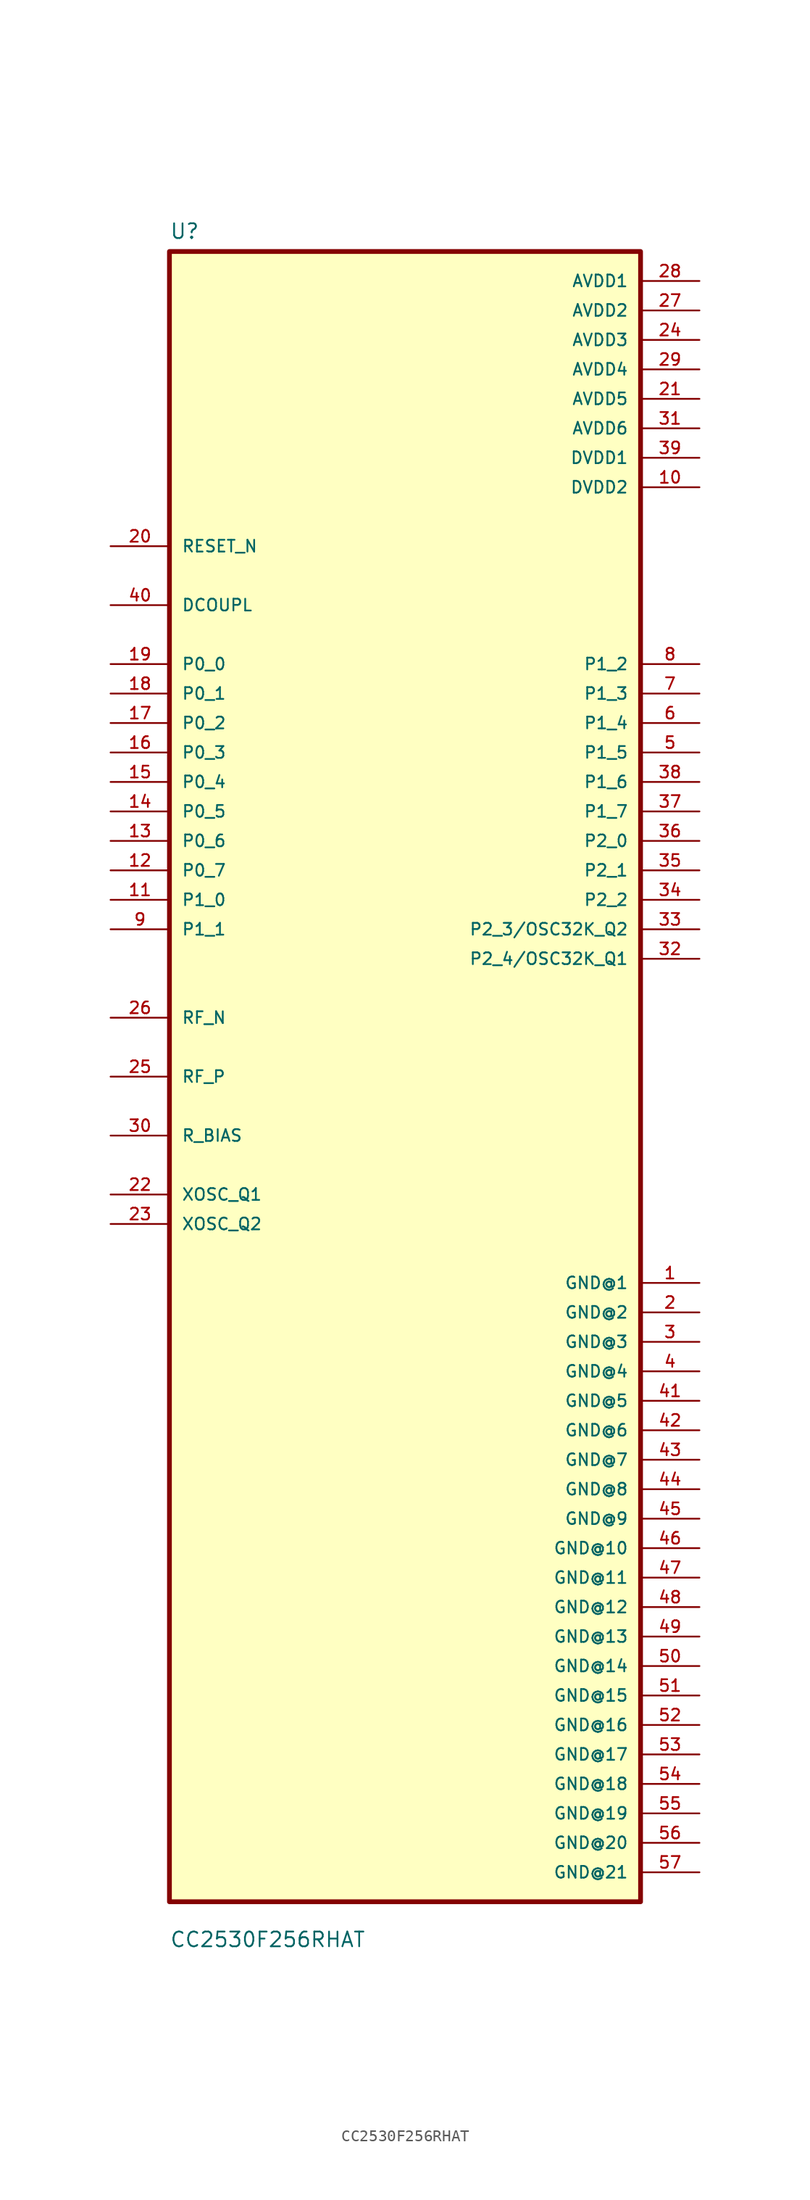
<source format=kicad_sym>
(kicad_symbol_lib
  (version 20211014)
  (generator kicad_symbol_editor)
  (symbol "CC2530F256RHAT"
    (pin_names
      (offset 1.016))
    (property "Reference" "U"
      (at -20.32 72.12 0.0)
      (effects (font (size 1.27 1.27)) (justify bottom left)))
    (property "Value" "CC2530F256RHAT"
      (at -20.32 -75.12 0.0)
      (effects (font (size 1.27 1.27)) (justify bottom left)))
    (symbol "CC2530F256RHAT_0_0"
      (rectangle (start -20.32 -71.12) (end 20.32 71.12) (stroke (width 0.41)) (fill (type background)))
      (pin input line (at -25.4 45.72 0) (length 5.08) (name "RESET_N" (effects (font (size 1.016 1.016)))) (number "20" (effects (font (size 1.016 1.016)))))
      (pin bidirectional line (at -25.4 40.64 0) (length 5.08) (name "DCOUPL" (effects (font (size 1.016 1.016)))) (number "40" (effects (font (size 1.016 1.016)))))
      (pin bidirectional line (at -25.4 35.56 0) (length 5.08) (name "P0_0" (effects (font (size 1.016 1.016)))) (number "19" (effects (font (size 1.016 1.016)))))
      (pin bidirectional line (at -25.4 33.02 0) (length 5.08) (name "P0_1" (effects (font (size 1.016 1.016)))) (number "18" (effects (font (size 1.016 1.016)))))
      (pin bidirectional line (at -25.4 30.48 0) (length 5.08) (name "P0_2" (effects (font (size 1.016 1.016)))) (number "17" (effects (font (size 1.016 1.016)))))
      (pin bidirectional line (at -25.4 27.94 0) (length 5.08) (name "P0_3" (effects (font (size 1.016 1.016)))) (number "16" (effects (font (size 1.016 1.016)))))
      (pin bidirectional line (at -25.4 25.4 0) (length 5.08) (name "P0_4" (effects (font (size 1.016 1.016)))) (number "15" (effects (font (size 1.016 1.016)))))
      (pin bidirectional line (at -25.4 22.86 0) (length 5.08) (name "P0_5" (effects (font (size 1.016 1.016)))) (number "14" (effects (font (size 1.016 1.016)))))
      (pin bidirectional line (at -25.4 20.32 0) (length 5.08) (name "P0_6" (effects (font (size 1.016 1.016)))) (number "13" (effects (font (size 1.016 1.016)))))
      (pin bidirectional line (at -25.4 17.78 0) (length 5.08) (name "P0_7" (effects (font (size 1.016 1.016)))) (number "12" (effects (font (size 1.016 1.016)))))
      (pin bidirectional line (at -25.4 15.24 0) (length 5.08) (name "P1_0" (effects (font (size 1.016 1.016)))) (number "11" (effects (font (size 1.016 1.016)))))
      (pin bidirectional line (at -25.4 12.7 0) (length 5.08) (name "P1_1" (effects (font (size 1.016 1.016)))) (number "9" (effects (font (size 1.016 1.016)))))
      (pin bidirectional line (at -25.4 5.08 0) (length 5.08) (name "RF_N" (effects (font (size 1.016 1.016)))) (number "26" (effects (font (size 1.016 1.016)))))
      (pin bidirectional line (at -25.4 1.77636e-14 0) (length 5.08) (name "RF_P" (effects (font (size 1.016 1.016)))) (number "25" (effects (font (size 1.016 1.016)))))
      (pin bidirectional line (at -25.4 -5.08 0) (length 5.08) (name "R_BIAS" (effects (font (size 1.016 1.016)))) (number "30" (effects (font (size 1.016 1.016)))))
      (pin bidirectional line (at -25.4 -10.16 0) (length 5.08) (name "XOSC_Q1" (effects (font (size 1.016 1.016)))) (number "22" (effects (font (size 1.016 1.016)))))
      (pin bidirectional line (at -25.4 -12.7 0) (length 5.08) (name "XOSC_Q2" (effects (font (size 1.016 1.016)))) (number "23" (effects (font (size 1.016 1.016)))))
      (pin power_in line (at 25.4 68.58 180.0) (length 5.08) (name "AVDD1" (effects (font (size 1.016 1.016)))) (number "28" (effects (font (size 1.016 1.016)))))
      (pin power_in line (at 25.4 66.04 180.0) (length 5.08) (name "AVDD2" (effects (font (size 1.016 1.016)))) (number "27" (effects (font (size 1.016 1.016)))))
      (pin power_in line (at 25.4 63.5 180.0) (length 5.08) (name "AVDD3" (effects (font (size 1.016 1.016)))) (number "24" (effects (font (size 1.016 1.016)))))
      (pin power_in line (at 25.4 60.96 180.0) (length 5.08) (name "AVDD4" (effects (font (size 1.016 1.016)))) (number "29" (effects (font (size 1.016 1.016)))))
      (pin power_in line (at 25.4 58.42 180.0) (length 5.08) (name "AVDD5" (effects (font (size 1.016 1.016)))) (number "21" (effects (font (size 1.016 1.016)))))
      (pin power_in line (at 25.4 55.88 180.0) (length 5.08) (name "AVDD6" (effects (font (size 1.016 1.016)))) (number "31" (effects (font (size 1.016 1.016)))))
      (pin power_in line (at 25.4 53.34 180.0) (length 5.08) (name "DVDD1" (effects (font (size 1.016 1.016)))) (number "39" (effects (font (size 1.016 1.016)))))
      (pin power_in line (at 25.4 50.8 180.0) (length 5.08) (name "DVDD2" (effects (font (size 1.016 1.016)))) (number "10" (effects (font (size 1.016 1.016)))))
      (pin bidirectional line (at 25.4 35.56 180.0) (length 5.08) (name "P1_2" (effects (font (size 1.016 1.016)))) (number "8" (effects (font (size 1.016 1.016)))))
      (pin bidirectional line (at 25.4 33.02 180.0) (length 5.08) (name "P1_3" (effects (font (size 1.016 1.016)))) (number "7" (effects (font (size 1.016 1.016)))))
      (pin bidirectional line (at 25.4 30.48 180.0) (length 5.08) (name "P1_4" (effects (font (size 1.016 1.016)))) (number "6" (effects (font (size 1.016 1.016)))))
      (pin bidirectional line (at 25.4 27.94 180.0) (length 5.08) (name "P1_5" (effects (font (size 1.016 1.016)))) (number "5" (effects (font (size 1.016 1.016)))))
      (pin bidirectional line (at 25.4 25.4 180.0) (length 5.08) (name "P1_6" (effects (font (size 1.016 1.016)))) (number "38" (effects (font (size 1.016 1.016)))))
      (pin bidirectional line (at 25.4 22.86 180.0) (length 5.08) (name "P1_7" (effects (font (size 1.016 1.016)))) (number "37" (effects (font (size 1.016 1.016)))))
      (pin bidirectional line (at 25.4 20.32 180.0) (length 5.08) (name "P2_0" (effects (font (size 1.016 1.016)))) (number "36" (effects (font (size 1.016 1.016)))))
      (pin bidirectional line (at 25.4 17.78 180.0) (length 5.08) (name "P2_1" (effects (font (size 1.016 1.016)))) (number "35" (effects (font (size 1.016 1.016)))))
      (pin bidirectional line (at 25.4 15.24 180.0) (length 5.08) (name "P2_2" (effects (font (size 1.016 1.016)))) (number "34" (effects (font (size 1.016 1.016)))))
      (pin bidirectional line (at 25.4 12.7 180.0) (length 5.08) (name "P2_3/OSC32K_Q2" (effects (font (size 1.016 1.016)))) (number "33" (effects (font (size 1.016 1.016)))))
      (pin bidirectional line (at 25.4 10.16 180.0) (length 5.08) (name "P2_4/OSC32K_Q1" (effects (font (size 1.016 1.016)))) (number "32" (effects (font (size 1.016 1.016)))))
      (pin power_in line (at 25.4 -17.78 180.0) (length 5.08) (name "GND@1" (effects (font (size 1.016 1.016)))) (number "1" (effects (font (size 1.016 1.016)))))
      (pin power_in line (at 25.4 -20.32 180.0) (length 5.08) (name "GND@2" (effects (font (size 1.016 1.016)))) (number "2" (effects (font (size 1.016 1.016)))))
      (pin power_in line (at 25.4 -22.86 180.0) (length 5.08) (name "GND@3" (effects (font (size 1.016 1.016)))) (number "3" (effects (font (size 1.016 1.016)))))
      (pin power_in line (at 25.4 -25.4 180.0) (length 5.08) (name "GND@4" (effects (font (size 1.016 1.016)))) (number "4" (effects (font (size 1.016 1.016)))))
      (pin power_in line (at 25.4 -27.94 180.0) (length 5.08) (name "GND@5" (effects (font (size 1.016 1.016)))) (number "41" (effects (font (size 1.016 1.016)))))
      (pin power_in line (at 25.4 -30.48 180.0) (length 5.08) (name "GND@6" (effects (font (size 1.016 1.016)))) (number "42" (effects (font (size 1.016 1.016)))))
      (pin power_in line (at 25.4 -33.02 180.0) (length 5.08) (name "GND@7" (effects (font (size 1.016 1.016)))) (number "43" (effects (font (size 1.016 1.016)))))
      (pin power_in line (at 25.4 -35.56 180.0) (length 5.08) (name "GND@8" (effects (font (size 1.016 1.016)))) (number "44" (effects (font (size 1.016 1.016)))))
      (pin power_in line (at 25.4 -38.1 180.0) (length 5.08) (name "GND@9" (effects (font (size 1.016 1.016)))) (number "45" (effects (font (size 1.016 1.016)))))
      (pin power_in line (at 25.4 -40.64 180.0) (length 5.08) (name "GND@10" (effects (font (size 1.016 1.016)))) (number "46" (effects (font (size 1.016 1.016)))))
      (pin power_in line (at 25.4 -43.18 180.0) (length 5.08) (name "GND@11" (effects (font (size 1.016 1.016)))) (number "47" (effects (font (size 1.016 1.016)))))
      (pin power_in line (at 25.4 -45.72 180.0) (length 5.08) (name "GND@12" (effects (font (size 1.016 1.016)))) (number "48" (effects (font (size 1.016 1.016)))))
      (pin power_in line (at 25.4 -48.26 180.0) (length 5.08) (name "GND@13" (effects (font (size 1.016 1.016)))) (number "49" (effects (font (size 1.016 1.016)))))
      (pin power_in line (at 25.4 -50.8 180.0) (length 5.08) (name "GND@14" (effects (font (size 1.016 1.016)))) (number "50" (effects (font (size 1.016 1.016)))))
      (pin power_in line (at 25.4 -53.34 180.0) (length 5.08) (name "GND@15" (effects (font (size 1.016 1.016)))) (number "51" (effects (font (size 1.016 1.016)))))
      (pin power_in line (at 25.4 -55.88 180.0) (length 5.08) (name "GND@16" (effects (font (size 1.016 1.016)))) (number "52" (effects (font (size 1.016 1.016)))))
      (pin power_in line (at 25.4 -58.42 180.0) (length 5.08) (name "GND@17" (effects (font (size 1.016 1.016)))) (number "53" (effects (font (size 1.016 1.016)))))
      (pin power_in line (at 25.4 -60.96 180.0) (length 5.08) (name "GND@18" (effects (font (size 1.016 1.016)))) (number "54" (effects (font (size 1.016 1.016)))))
      (pin power_in line (at 25.4 -63.5 180.0) (length 5.08) (name "GND@19" (effects (font (size 1.016 1.016)))) (number "55" (effects (font (size 1.016 1.016)))))
      (pin power_in line (at 25.4 -66.04 180.0) (length 5.08) (name "GND@20" (effects (font (size 1.016 1.016)))) (number "56" (effects (font (size 1.016 1.016)))))
      (pin power_in line (at 25.4 -68.58 180.0) (length 5.08) (name "GND@21" (effects (font (size 1.016 1.016)))) (number "57" (effects (font (size 1.016 1.016))))))))
</source>
